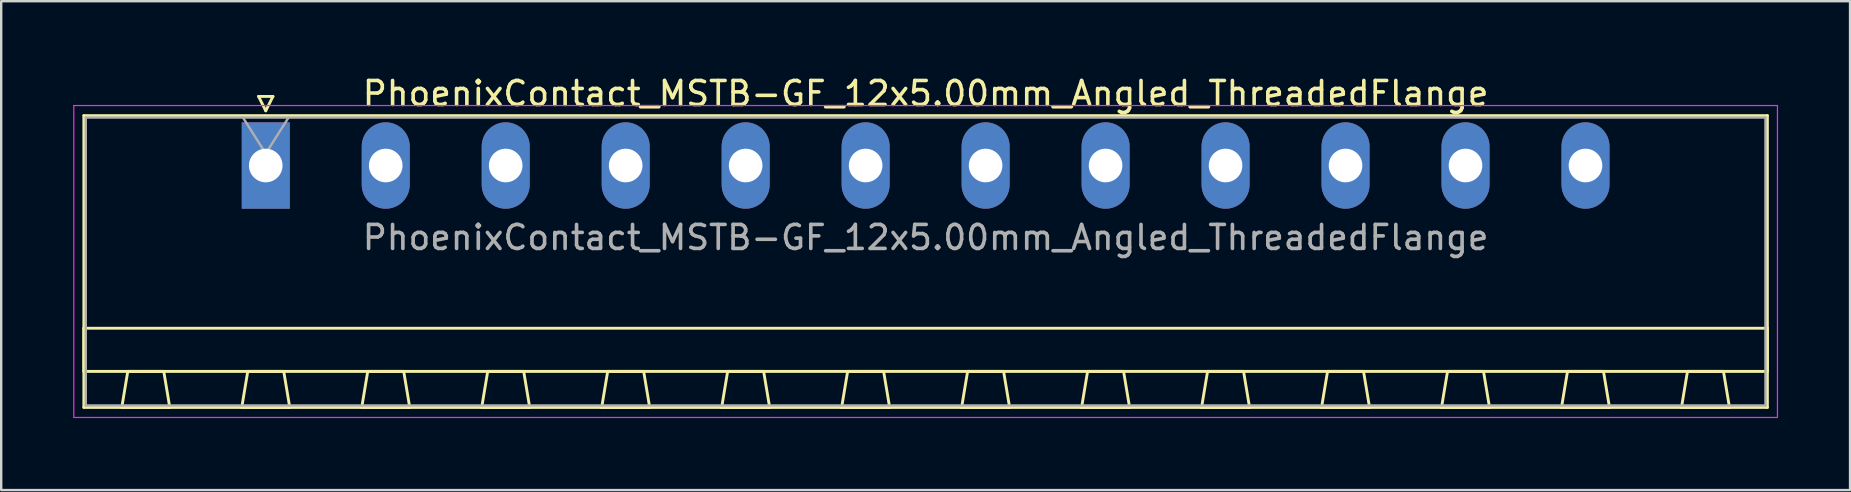
<source format=kicad_pcb>
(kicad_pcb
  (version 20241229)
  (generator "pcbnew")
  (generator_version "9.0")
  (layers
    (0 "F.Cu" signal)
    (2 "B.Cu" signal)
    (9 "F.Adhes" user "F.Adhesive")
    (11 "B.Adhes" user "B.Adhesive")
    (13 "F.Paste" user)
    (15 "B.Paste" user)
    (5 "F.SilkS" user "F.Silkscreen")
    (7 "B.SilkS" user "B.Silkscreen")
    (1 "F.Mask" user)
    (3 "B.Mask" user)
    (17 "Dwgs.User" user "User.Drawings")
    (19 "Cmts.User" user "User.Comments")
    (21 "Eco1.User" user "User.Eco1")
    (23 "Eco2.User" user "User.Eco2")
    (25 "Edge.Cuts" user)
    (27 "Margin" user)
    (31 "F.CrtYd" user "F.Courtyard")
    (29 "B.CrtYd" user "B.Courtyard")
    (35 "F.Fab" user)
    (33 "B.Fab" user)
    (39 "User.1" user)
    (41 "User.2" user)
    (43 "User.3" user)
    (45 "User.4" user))
  (footprint "PhoenixContact_MSTB-GF_12x5.00mm_Angled_ThreadedFlange"
    (layer "F.Cu")
    (at 8.025 3.848)
    (property "Reference" "PhoenixContact_MSTB-GF_12x5.00mm_Angled_ThreadedFlange" (at 27.5 -3 0) (layer "F.SilkS") (effects (font (size 1 1) (thickness 0.15))))
    (attr through_hole)
    (fp_line (start -7.58 -2.08) (end -7.58 10.08) (stroke (width 0.12) (type solid)) (layer "F.SilkS"))
    (fp_line (start -7.58 6.78) (end 62.58 6.78) (stroke (width 0.12) (type solid)) (layer "F.SilkS"))
    (fp_line (start -7.58 8.58) (end -7.58 6.78) (stroke (width 0.12) (type solid)) (layer "F.SilkS"))
    (fp_line (start -7.58 10.08) (end 62.58 10.08) (stroke (width 0.12) (type solid)) (layer "F.SilkS"))
    (fp_line (start -6 10.08) (end -4 10.08) (stroke (width 0.12) (type solid)) (layer "F.SilkS"))
    (fp_line (start -5.75 8.58) (end -6 10.08) (stroke (width 0.12) (type solid)) (layer "F.SilkS"))
    (fp_line (start -4.25 8.58) (end -5.75 8.58) (stroke (width 0.12) (type solid)) (layer "F.SilkS"))
    (fp_line (start -4 10.08) (end -4.25 8.58) (stroke (width 0.12) (type solid)) (layer "F.SilkS"))
    (fp_line (start -1 10.08) (end 1 10.08) (stroke (width 0.12) (type solid)) (layer "F.SilkS"))
    (fp_line (start -0.75 8.58) (end -1 10.08) (stroke (width 0.12) (type solid)) (layer "F.SilkS"))
    (fp_line (start -0.3 -2.88) (end 0.3 -2.88) (stroke (width 0.12) (type solid)) (layer "F.SilkS"))
    (fp_line (start 0 -2.28) (end -0.3 -2.88) (stroke (width 0.12) (type solid)) (layer "F.SilkS"))
    (fp_line (start 0.3 -2.88) (end 0 -2.28) (stroke (width 0.12) (type solid)) (layer "F.SilkS"))
    (fp_line (start 0.75 8.58) (end -0.75 8.58) (stroke (width 0.12) (type solid)) (layer "F.SilkS"))
    (fp_line (start 1 10.08) (end 0.75 8.58) (stroke (width 0.12) (type solid)) (layer "F.SilkS"))
    (fp_line (start 4 10.08) (end 6 10.08) (stroke (width 0.12) (type solid)) (layer "F.SilkS"))
    (fp_line (start 4.25 8.58) (end 4 10.08) (stroke (width 0.12) (type solid)) (layer "F.SilkS"))
    (fp_line (start 5.75 8.58) (end 4.25 8.58) (stroke (width 0.12) (type solid)) (layer "F.SilkS"))
    (fp_line (start 6 10.08) (end 5.75 8.58) (stroke (width 0.12) (type solid)) (layer "F.SilkS"))
    (fp_line (start 9 10.08) (end 11 10.08) (stroke (width 0.12) (type solid)) (layer "F.SilkS"))
    (fp_line (start 9.25 8.58) (end 9 10.08) (stroke (width 0.12) (type solid)) (layer "F.SilkS"))
    (fp_line (start 10.75 8.58) (end 9.25 8.58) (stroke (width 0.12) (type solid)) (layer "F.SilkS"))
    (fp_line (start 11 10.08) (end 10.75 8.58) (stroke (width 0.12) (type solid)) (layer "F.SilkS"))
    (fp_line (start 14 10.08) (end 16 10.08) (stroke (width 0.12) (type solid)) (layer "F.SilkS"))
    (fp_line (start 14.25 8.58) (end 14 10.08) (stroke (width 0.12) (type solid)) (layer "F.SilkS"))
    (fp_line (start 15.75 8.58) (end 14.25 8.58) (stroke (width 0.12) (type solid)) (layer "F.SilkS"))
    (fp_line (start 16 10.08) (end 15.75 8.58) (stroke (width 0.12) (type solid)) (layer "F.SilkS"))
    (fp_line (start 19 10.08) (end 21 10.08) (stroke (width 0.12) (type solid)) (layer "F.SilkS"))
    (fp_line (start 19.25 8.58) (end 19 10.08) (stroke (width 0.12) (type solid)) (layer "F.SilkS"))
    (fp_line (start 20.75 8.58) (end 19.25 8.58) (stroke (width 0.12) (type solid)) (layer "F.SilkS"))
    (fp_line (start 21 10.08) (end 20.75 8.58) (stroke (width 0.12) (type solid)) (layer "F.SilkS"))
    (fp_line (start 24 10.08) (end 26 10.08) (stroke (width 0.12) (type solid)) (layer "F.SilkS"))
    (fp_line (start 24.25 8.58) (end 24 10.08) (stroke (width 0.12) (type solid)) (layer "F.SilkS"))
    (fp_line (start 25.75 8.58) (end 24.25 8.58) (stroke (width 0.12) (type solid)) (layer "F.SilkS"))
    (fp_line (start 26 10.08) (end 25.75 8.58) (stroke (width 0.12) (type solid)) (layer "F.SilkS"))
    (fp_line (start 29 10.08) (end 31 10.08) (stroke (width 0.12) (type solid)) (layer "F.SilkS"))
    (fp_line (start 29.25 8.58) (end 29 10.08) (stroke (width 0.12) (type solid)) (layer "F.SilkS"))
    (fp_line (start 30.75 8.58) (end 29.25 8.58) (stroke (width 0.12) (type solid)) (layer "F.SilkS"))
    (fp_line (start 31 10.08) (end 30.75 8.58) (stroke (width 0.12) (type solid)) (layer "F.SilkS"))
    (fp_line (start 34 10.08) (end 36 10.08) (stroke (width 0.12) (type solid)) (layer "F.SilkS"))
    (fp_line (start 34.25 8.58) (end 34 10.08) (stroke (width 0.12) (type solid)) (layer "F.SilkS"))
    (fp_line (start 35.75 8.58) (end 34.25 8.58) (stroke (width 0.12) (type solid)) (layer "F.SilkS"))
    (fp_line (start 36 10.08) (end 35.75 8.58) (stroke (width 0.12) (type solid)) (layer "F.SilkS"))
    (fp_line (start 39 10.08) (end 41 10.08) (stroke (width 0.12) (type solid)) (layer "F.SilkS"))
    (fp_line (start 39.25 8.58) (end 39 10.08) (stroke (width 0.12) (type solid)) (layer "F.SilkS"))
    (fp_line (start 40.75 8.58) (end 39.25 8.58) (stroke (width 0.12) (type solid)) (layer "F.SilkS"))
    (fp_line (start 41 10.08) (end 40.75 8.58) (stroke (width 0.12) (type solid)) (layer "F.SilkS"))
    (fp_line (start 44 10.08) (end 46 10.08) (stroke (width 0.12) (type solid)) (layer "F.SilkS"))
    (fp_line (start 44.25 8.58) (end 44 10.08) (stroke (width 0.12) (type solid)) (layer "F.SilkS"))
    (fp_line (start 45.75 8.58) (end 44.25 8.58) (stroke (width 0.12) (type solid)) (layer "F.SilkS"))
    (fp_line (start 46 10.08) (end 45.75 8.58) (stroke (width 0.12) (type solid)) (layer "F.SilkS"))
    (fp_line (start 49 10.08) (end 51 10.08) (stroke (width 0.12) (type solid)) (layer "F.SilkS"))
    (fp_line (start 49.25 8.58) (end 49 10.08) (stroke (width 0.12) (type solid)) (layer "F.SilkS"))
    (fp_line (start 50.75 8.58) (end 49.25 8.58) (stroke (width 0.12) (type solid)) (layer "F.SilkS"))
    (fp_line (start 51 10.08) (end 50.75 8.58) (stroke (width 0.12) (type solid)) (layer "F.SilkS"))
    (fp_line (start 54 10.08) (end 56 10.08) (stroke (width 0.12) (type solid)) (layer "F.SilkS"))
    (fp_line (start 54.25 8.58) (end 54 10.08) (stroke (width 0.12) (type solid)) (layer "F.SilkS"))
    (fp_line (start 55.75 8.58) (end 54.25 8.58) (stroke (width 0.12) (type solid)) (layer "F.SilkS"))
    (fp_line (start 56 10.08) (end 55.75 8.58) (stroke (width 0.12) (type solid)) (layer "F.SilkS"))
    (fp_line (start 59 10.08) (end 61 10.08) (stroke (width 0.12) (type solid)) (layer "F.SilkS"))
    (fp_line (start 59.25 8.58) (end 59 10.08) (stroke (width 0.12) (type solid)) (layer "F.SilkS"))
    (fp_line (start 60.75 8.58) (end 59.25 8.58) (stroke (width 0.12) (type solid)) (layer "F.SilkS"))
    (fp_line (start 61 10.08) (end 60.75 8.58) (stroke (width 0.12) (type solid)) (layer "F.SilkS"))
    (fp_line (start 62.58 -2.08) (end -7.58 -2.08) (stroke (width 0.12) (type solid)) (layer "F.SilkS"))
    (fp_line (start 62.58 6.78) (end 62.58 8.58) (stroke (width 0.12) (type solid)) (layer "F.SilkS"))
    (fp_line (start 62.58 8.58) (end -7.58 8.58) (stroke (width 0.12) (type solid)) (layer "F.SilkS"))
    (fp_line (start 62.58 10.08) (end 62.58 -2.08) (stroke (width 0.12) (type solid)) (layer "F.SilkS"))
    (fp_line (start -8 -2.5) (end -8 10.5) (stroke (width 0.05) (type solid)) (layer "F.CrtYd"))
    (fp_line (start -8 10.5) (end 63 10.5) (stroke (width 0.05) (type solid)) (layer "F.CrtYd"))
    (fp_line (start 63 -2.5) (end -8 -2.5) (stroke (width 0.05) (type solid)) (layer "F.CrtYd"))
    (fp_line (start 63 10.5) (end 63 -2.5) (stroke (width 0.05) (type solid)) (layer "F.CrtYd"))
    (fp_line (start -7.5 -2) (end -7.5 10) (stroke (width 0.1) (type solid)) (layer "F.Fab"))
    (fp_line (start -7.5 10) (end 62.5 10) (stroke (width 0.1) (type solid)) (layer "F.Fab"))
    (fp_line (start 0 -0.5) (end -0.95 -2) (stroke (width 0.1) (type solid)) (layer "F.Fab"))
    (fp_line (start 0.95 -2) (end 0 -0.5) (stroke (width 0.1) (type solid)) (layer "F.Fab"))
    (fp_line (start 62.5 -2) (end -7.5 -2) (stroke (width 0.1) (type solid)) (layer "F.Fab"))
    (fp_line (start 62.5 10) (end 62.5 -2) (stroke (width 0.1) (type solid)) (layer "F.Fab"))
    (fp_text user "${REFERENCE}" (at 27.5 3 0) (layer "F.Fab") (effects (font (size 1 1) (thickness 0.15))))
    (pad "1" thru_hole rect (at 0 0) (size 2 3.6) (drill 1.4) (layers "*.Cu" "*.Mask"))
    (pad "2" thru_hole oval (at 5 0) (size 2 3.6) (drill 1.4) (layers "*.Cu" "*.Mask"))
    (pad "3" thru_hole oval (at 10 0) (size 2 3.6) (drill 1.4) (layers "*.Cu" "*.Mask"))
    (pad "4" thru_hole oval (at 15 0) (size 2 3.6) (drill 1.4) (layers "*.Cu" "*.Mask"))
    (pad "5" thru_hole oval (at 20 0) (size 2 3.6) (drill 1.4) (layers "*.Cu" "*.Mask"))
    (pad "6" thru_hole oval (at 25 0) (size 2 3.6) (drill 1.4) (layers "*.Cu" "*.Mask"))
    (pad "7" thru_hole oval (at 30 0) (size 2 3.6) (drill 1.4) (layers "*.Cu" "*.Mask"))
    (pad "8" thru_hole oval (at 35 0) (size 2 3.6) (drill 1.4) (layers "*.Cu" "*.Mask"))
    (pad "9" thru_hole oval (at 40 0) (size 2 3.6) (drill 1.4) (layers "*.Cu" "*.Mask"))
    (pad "10" thru_hole oval (at 45 0) (size 2 3.6) (drill 1.4) (layers "*.Cu" "*.Mask"))
    (pad "11" thru_hole oval (at 50 0) (size 2 3.6) (drill 1.4) (layers "*.Cu" "*.Mask"))
    (pad "12" thru_hole oval (at 55 0) (size 2 3.6) (drill 1.4) (layers "*.Cu" "*.Mask")))
  (gr_rect
    (start -3 -3)
    (end 74.05 17.373)
    (stroke (width 0.1) (type default))
    (fill no)
    (layer "Edge.Cuts")))
</source>
